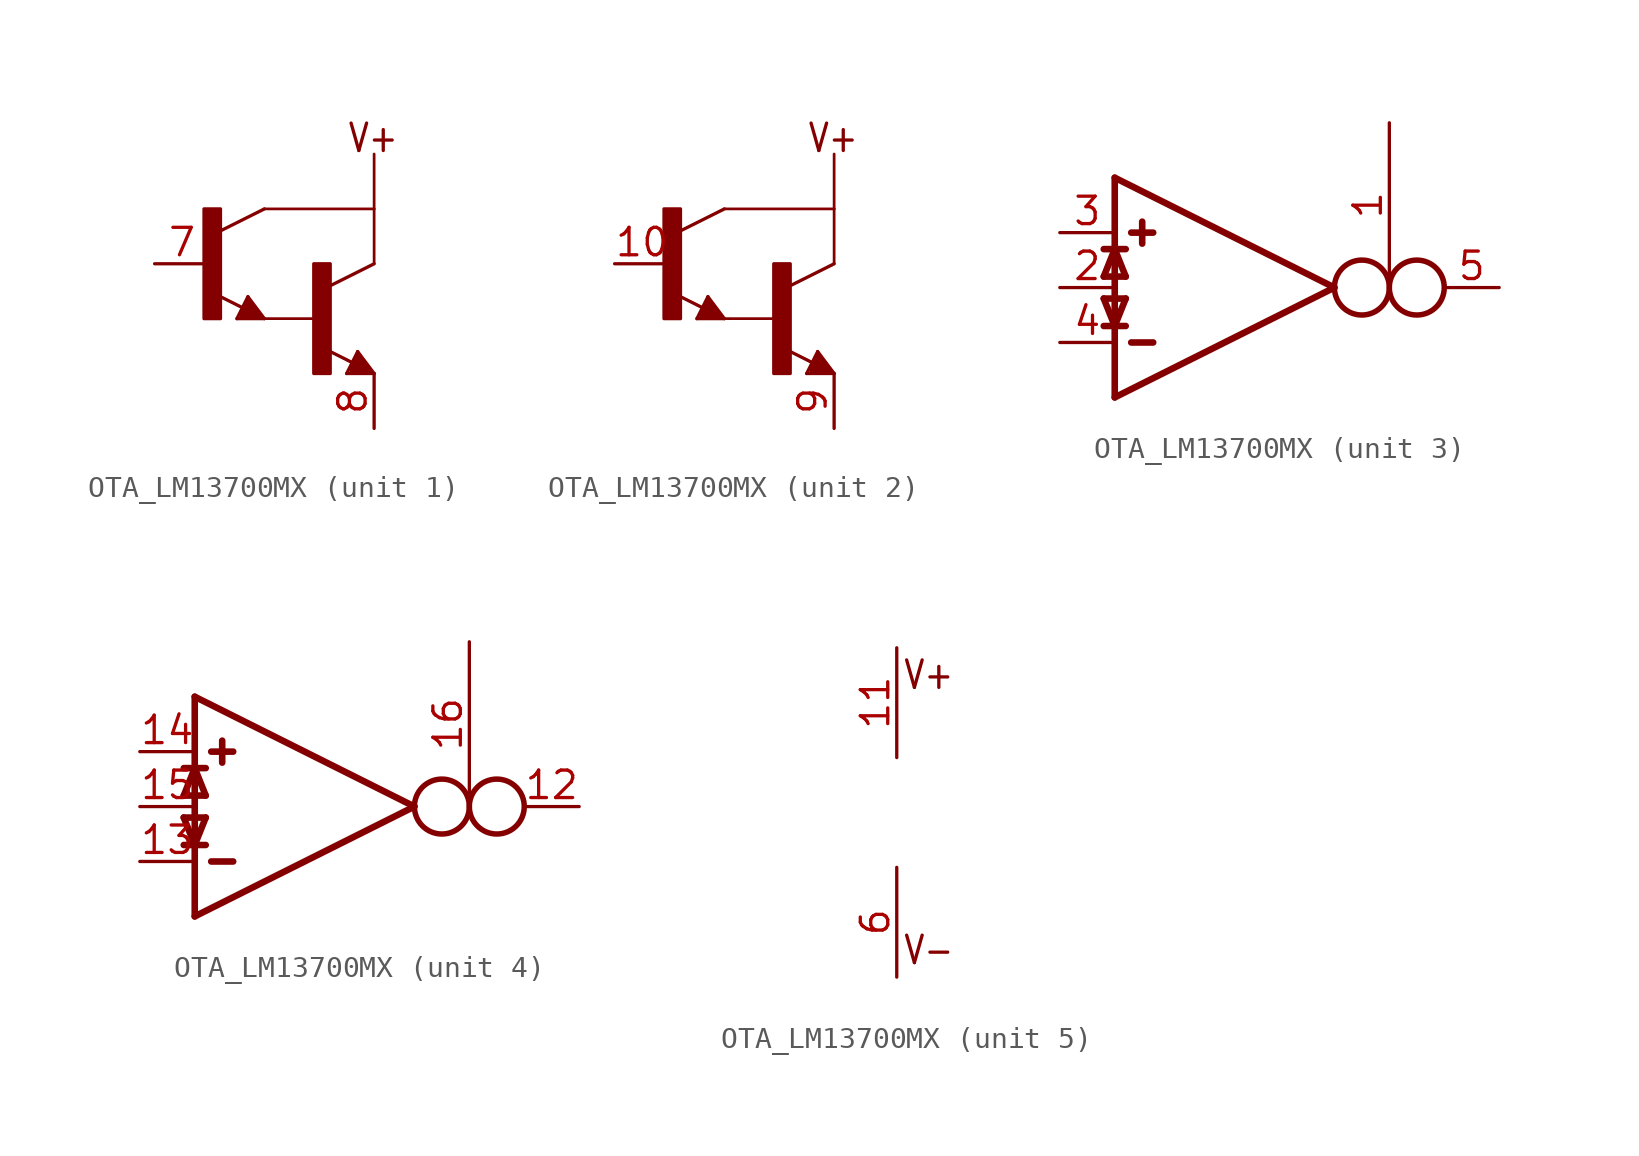
<source format=kicad_sym>
(kicad_symbol_lib
  (version 20231120)
  (generator "kicad_symbol_editor")
  (generator_version "8.0")
  (symbol "OTA_LM13700MX"
    (property "Reference" "IC"
      (at 2.54 -5.08 0)
      (effects (font (size 1.778 1.511)) (justify left bottom) (hide yes)))
    (property "ki_locked" ""
      (at 0 0 0)
      (effects (font (size 1.27 1.27))))
    (symbol "OTA_LM13700MX_1_0"
      (rectangle (start -5.334 0) (end -4.572 5.08) (stroke (width 0) (type default)) (fill (type outline)))
      (rectangle (start -0.254 -2.54) (end 0.508 2.54) (stroke (width 0) (type default)) (fill (type outline)))
      (polyline (pts (xy -3.81 0) (xy -3.302 1.016)) (stroke (width 0.152) (type solid)) (fill (type none)))
      (polyline (pts (xy -3.556 0.127) (xy -2.794 0.127)) (stroke (width 0.254) (type solid)) (fill (type none)))
      (polyline (pts (xy -3.556 0.254) (xy -3.175 0.254)) (stroke (width 0.254) (type solid)) (fill (type none)))
      (polyline (pts (xy -3.54 0.5) (xy -4.772 1.116)) (stroke (width 0.152) (type solid)) (fill (type none)))
      (polyline (pts (xy -3.302 0.762) (xy -3.556 0.254)) (stroke (width 0.254) (type solid)) (fill (type none)))
      (polyline (pts (xy -3.302 1.016) (xy -2.54 0)) (stroke (width 0.152) (type solid)) (fill (type none)))
      (polyline (pts (xy -3.175 0.254) (xy -3.302 0.508)) (stroke (width 0.254) (type solid)) (fill (type none)))
      (polyline (pts (xy -2.794 0.127) (xy -3.302 0.762)) (stroke (width 0.254) (type solid)) (fill (type none)))
      (polyline (pts (xy -2.54 0) (xy -3.81 0)) (stroke (width 0.152) (type solid)) (fill (type none)))
      (polyline (pts (xy -2.54 5.08) (xy -4.572 4.064)) (stroke (width 0.152) (type solid)) (fill (type none)))
      (polyline (pts (xy -2.54 5.08) (xy 2.54 5.08)) (stroke (width 0.127) (type solid)) (fill (type none)))
      (polyline (pts (xy 0 0) (xy -2.54 0)) (stroke (width 0.127) (type solid)) (fill (type none)))
      (polyline (pts (xy 1.27 -2.54) (xy 1.778 -1.524)) (stroke (width 0.152) (type solid)) (fill (type none)))
      (polyline (pts (xy 1.524 -2.413) (xy 2.286 -2.413)) (stroke (width 0.254) (type solid)) (fill (type none)))
      (polyline (pts (xy 1.524 -2.286) (xy 1.905 -2.286)) (stroke (width 0.254) (type solid)) (fill (type none)))
      (polyline (pts (xy 1.54 -2.04) (xy 0.308 -1.424)) (stroke (width 0.152) (type solid)) (fill (type none)))
      (polyline (pts (xy 1.778 -1.778) (xy 1.524 -2.286)) (stroke (width 0.254) (type solid)) (fill (type none)))
      (polyline (pts (xy 1.778 -1.524) (xy 2.54 -2.54)) (stroke (width 0.152) (type solid)) (fill (type none)))
      (polyline (pts (xy 1.905 -2.286) (xy 1.778 -2.032)) (stroke (width 0.254) (type solid)) (fill (type none)))
      (polyline (pts (xy 2.286 -2.413) (xy 1.778 -1.778)) (stroke (width 0.254) (type solid)) (fill (type none)))
      (polyline (pts (xy 2.54 -2.54) (xy 1.27 -2.54)) (stroke (width 0.152) (type solid)) (fill (type none)))
      (polyline (pts (xy 2.54 2.54) (xy 0.508 1.524)) (stroke (width 0.152) (type solid)) (fill (type none)))
      (polyline (pts (xy 2.54 2.54) (xy 2.54 5.08)) (stroke (width 0.127) (type solid)) (fill (type none)))
      (polyline (pts (xy 2.54 5.08) (xy 2.54 7.62)) (stroke (width 0.127) (type solid)) (fill (type none)))
      (text "V+" (at 1.27 7.62 0) (effects (font (size 1.27 1.079)) (justify left bottom)))
      (pin passive line (at -7.62 2.54 0) (length 2.54) (name "B" (effects (font (size 0 0)))) (number "7" (effects (font (size 1.27 1.27)))))
      (pin passive line (at 2.54 -5.08 90) (length 2.54) (name "E" (effects (font (size 0 0)))) (number "8" (effects (font (size 1.27 1.27))))))
    (symbol "OTA_LM13700MX_2_0"
      (rectangle (start -5.334 0) (end -4.572 5.08) (stroke (width 0) (type default)) (fill (type outline)))
      (rectangle (start -0.254 -2.54) (end 0.508 2.54) (stroke (width 0) (type default)) (fill (type outline)))
      (polyline (pts (xy -3.81 0) (xy -3.302 1.016)) (stroke (width 0.152) (type solid)) (fill (type none)))
      (polyline (pts (xy -3.556 0.127) (xy -2.794 0.127)) (stroke (width 0.254) (type solid)) (fill (type none)))
      (polyline (pts (xy -3.556 0.254) (xy -3.175 0.254)) (stroke (width 0.254) (type solid)) (fill (type none)))
      (polyline (pts (xy -3.54 0.5) (xy -4.772 1.116)) (stroke (width 0.152) (type solid)) (fill (type none)))
      (polyline (pts (xy -3.302 0.762) (xy -3.556 0.254)) (stroke (width 0.254) (type solid)) (fill (type none)))
      (polyline (pts (xy -3.302 1.016) (xy -2.54 0)) (stroke (width 0.152) (type solid)) (fill (type none)))
      (polyline (pts (xy -3.175 0.254) (xy -3.302 0.508)) (stroke (width 0.254) (type solid)) (fill (type none)))
      (polyline (pts (xy -2.794 0.127) (xy -3.302 0.762)) (stroke (width 0.254) (type solid)) (fill (type none)))
      (polyline (pts (xy -2.54 0) (xy -3.81 0)) (stroke (width 0.152) (type solid)) (fill (type none)))
      (polyline (pts (xy -2.54 5.08) (xy -4.572 4.064)) (stroke (width 0.152) (type solid)) (fill (type none)))
      (polyline (pts (xy -2.54 5.08) (xy 2.54 5.08)) (stroke (width 0.127) (type solid)) (fill (type none)))
      (polyline (pts (xy 0 0) (xy -2.54 0)) (stroke (width 0.127) (type solid)) (fill (type none)))
      (polyline (pts (xy 1.27 -2.54) (xy 1.778 -1.524)) (stroke (width 0.152) (type solid)) (fill (type none)))
      (polyline (pts (xy 1.524 -2.413) (xy 2.286 -2.413)) (stroke (width 0.254) (type solid)) (fill (type none)))
      (polyline (pts (xy 1.524 -2.286) (xy 1.905 -2.286)) (stroke (width 0.254) (type solid)) (fill (type none)))
      (polyline (pts (xy 1.54 -2.04) (xy 0.308 -1.424)) (stroke (width 0.152) (type solid)) (fill (type none)))
      (polyline (pts (xy 1.778 -1.778) (xy 1.524 -2.286)) (stroke (width 0.254) (type solid)) (fill (type none)))
      (polyline (pts (xy 1.778 -1.524) (xy 2.54 -2.54)) (stroke (width 0.152) (type solid)) (fill (type none)))
      (polyline (pts (xy 1.905 -2.286) (xy 1.778 -2.032)) (stroke (width 0.254) (type solid)) (fill (type none)))
      (polyline (pts (xy 2.286 -2.413) (xy 1.778 -1.778)) (stroke (width 0.254) (type solid)) (fill (type none)))
      (polyline (pts (xy 2.54 -2.54) (xy 1.27 -2.54)) (stroke (width 0.152) (type solid)) (fill (type none)))
      (polyline (pts (xy 2.54 2.54) (xy 0.508 1.524)) (stroke (width 0.152) (type solid)) (fill (type none)))
      (polyline (pts (xy 2.54 2.54) (xy 2.54 5.08)) (stroke (width 0.127) (type solid)) (fill (type none)))
      (polyline (pts (xy 2.54 5.08) (xy 2.54 7.62)) (stroke (width 0.127) (type solid)) (fill (type none)))
      (text "V+" (at 1.27 7.62 0) (effects (font (size 1.27 1.079)) (justify left bottom)))
      (pin passive line (at -7.62 2.54 0) (length 2.54) (name "B" (effects (font (size 0 0)))) (number "10" (effects (font (size 1.27 1.27)))))
      (pin passive line (at 2.54 -5.08 90) (length 2.54) (name "E" (effects (font (size 0 0)))) (number "9" (effects (font (size 1.27 1.27))))))
    (symbol "OTA_LM13700MX_3_0"
      (polyline (pts (xy -5.588 -0.508) (xy -5.08 -1.778)) (stroke (width 0.305) (type solid)) (fill (type none)))
      (polyline (pts (xy -5.588 0.508) (xy -4.572 0.508)) (stroke (width 0.305) (type solid)) (fill (type none)))
      (polyline (pts (xy -5.588 1.778) (xy -4.572 1.778)) (stroke (width 0.305) (type solid)) (fill (type none)))
      (polyline (pts (xy -5.08 -5.08) (xy 5.08 0)) (stroke (width 0.305) (type solid)) (fill (type none)))
      (polyline (pts (xy -5.08 -1.778) (xy -5.08 -5.08)) (stroke (width 0.305) (type solid)) (fill (type none)))
      (polyline (pts (xy -5.08 -1.778) (xy -4.572 -0.508)) (stroke (width 0.305) (type solid)) (fill (type none)))
      (polyline (pts (xy -5.08 1.778) (xy -5.588 0.508)) (stroke (width 0.305) (type solid)) (fill (type none)))
      (polyline (pts (xy -5.08 5.08) (xy -5.08 -1.778)) (stroke (width 0.305) (type solid)) (fill (type none)))
      (polyline (pts (xy -4.572 -1.778) (xy -5.588 -1.778)) (stroke (width 0.305) (type solid)) (fill (type none)))
      (polyline (pts (xy -4.572 -0.508) (xy -5.588 -0.508)) (stroke (width 0.305) (type solid)) (fill (type none)))
      (polyline (pts (xy -4.572 0.508) (xy -5.08 1.778)) (stroke (width 0.305) (type solid)) (fill (type none)))
      (polyline (pts (xy -4.318 -2.54) (xy -3.302 -2.54)) (stroke (width 0.305) (type solid)) (fill (type none)))
      (polyline (pts (xy -4.318 2.54) (xy -3.302 2.54)) (stroke (width 0.305) (type solid)) (fill (type none)))
      (polyline (pts (xy -3.81 3.048) (xy -3.81 2.032)) (stroke (width 0.305) (type solid)) (fill (type none)))
      (polyline (pts (xy 5.08 0) (xy -5.08 5.08)) (stroke (width 0.305) (type solid)) (fill (type none)))
      (circle (center 6.35 0) (radius 1.27) (stroke (width 0.254) (type solid)) (fill (type none)))
      (circle (center 8.89 0) (radius 1.27) (stroke (width 0.254) (type solid)) (fill (type none)))
      (pin input line (at 7.62 7.62 270) (length 7.62) (name "I_BIAS" (effects (font (size 0 0)))) (number "1" (effects (font (size 1.27 1.27)))))
      (pin input line (at -7.62 0 0) (length 2.54) (name "I_DIODE" (effects (font (size 0 0)))) (number "2" (effects (font (size 1.27 1.27)))))
      (pin input line (at -7.62 2.54 0) (length 2.54) (name "IN_P" (effects (font (size 0 0)))) (number "3" (effects (font (size 1.27 1.27)))))
      (pin input line (at -7.62 -2.54 0) (length 2.54) (name "IN_N" (effects (font (size 0 0)))) (number "4" (effects (font (size 1.27 1.27)))))
      (pin output line (at 12.7 0 180) (length 2.54) (name "OUT" (effects (font (size 0 0)))) (number "5" (effects (font (size 1.27 1.27))))))
    (symbol "OTA_LM13700MX_4_0"
      (polyline (pts (xy -5.588 -0.508) (xy -5.08 -1.778)) (stroke (width 0.305) (type solid)) (fill (type none)))
      (polyline (pts (xy -5.588 0.508) (xy -4.572 0.508)) (stroke (width 0.305) (type solid)) (fill (type none)))
      (polyline (pts (xy -5.588 1.778) (xy -4.572 1.778)) (stroke (width 0.305) (type solid)) (fill (type none)))
      (polyline (pts (xy -5.08 -5.08) (xy 5.08 0)) (stroke (width 0.305) (type solid)) (fill (type none)))
      (polyline (pts (xy -5.08 -1.778) (xy -5.08 -5.08)) (stroke (width 0.305) (type solid)) (fill (type none)))
      (polyline (pts (xy -5.08 -1.778) (xy -4.572 -0.508)) (stroke (width 0.305) (type solid)) (fill (type none)))
      (polyline (pts (xy -5.08 1.778) (xy -5.588 0.508)) (stroke (width 0.305) (type solid)) (fill (type none)))
      (polyline (pts (xy -5.08 5.08) (xy -5.08 -1.778)) (stroke (width 0.305) (type solid)) (fill (type none)))
      (polyline (pts (xy -4.572 -1.778) (xy -5.588 -1.778)) (stroke (width 0.305) (type solid)) (fill (type none)))
      (polyline (pts (xy -4.572 -0.508) (xy -5.588 -0.508)) (stroke (width 0.305) (type solid)) (fill (type none)))
      (polyline (pts (xy -4.572 0.508) (xy -5.08 1.778)) (stroke (width 0.305) (type solid)) (fill (type none)))
      (polyline (pts (xy -4.318 -2.54) (xy -3.302 -2.54)) (stroke (width 0.305) (type solid)) (fill (type none)))
      (polyline (pts (xy -4.318 2.54) (xy -3.302 2.54)) (stroke (width 0.305) (type solid)) (fill (type none)))
      (polyline (pts (xy -3.81 3.048) (xy -3.81 2.032)) (stroke (width 0.305) (type solid)) (fill (type none)))
      (polyline (pts (xy 5.08 0) (xy -5.08 5.08)) (stroke (width 0.305) (type solid)) (fill (type none)))
      (circle (center 6.35 0) (radius 1.27) (stroke (width 0.254) (type solid)) (fill (type none)))
      (circle (center 8.89 0) (radius 1.27) (stroke (width 0.254) (type solid)) (fill (type none)))
      (pin output line (at 12.7 0 180) (length 2.54) (name "OUT" (effects (font (size 0 0)))) (number "12" (effects (font (size 1.27 1.27)))))
      (pin input line (at -7.62 -2.54 0) (length 2.54) (name "IN_N" (effects (font (size 0 0)))) (number "13" (effects (font (size 1.27 1.27)))))
      (pin input line (at -7.62 2.54 0) (length 2.54) (name "IN_P" (effects (font (size 0 0)))) (number "14" (effects (font (size 1.27 1.27)))))
      (pin input line (at -7.62 0 0) (length 2.54) (name "I_DIODE" (effects (font (size 0 0)))) (number "15" (effects (font (size 1.27 1.27)))))
      (pin input line (at 7.62 7.62 270) (length 7.62) (name "I_BIAS" (effects (font (size 0 0)))) (number "16" (effects (font (size 1.27 1.27))))))
    (symbol "OTA_LM13700MX_5_0"
      (text "V+" (at 0.254 7.112 0) (effects (font (size 1.27 1.079)) (justify left top)))
      (text "V-" (at 0.254 -7.112 0) (effects (font (size 1.27 1.079)) (justify left bottom)))
      (pin power_in line (at 0 7.62 270) (length 5.08) (name "V+" (effects (font (size 0 0)))) (number "11" (effects (font (size 1.27 1.27)))))
      (pin power_in line (at 0 -7.62 90) (length 5.08) (name "V-" (effects (font (size 0 0)))) (number "6" (effects (font (size 1.27 1.27))))))))
</source>
